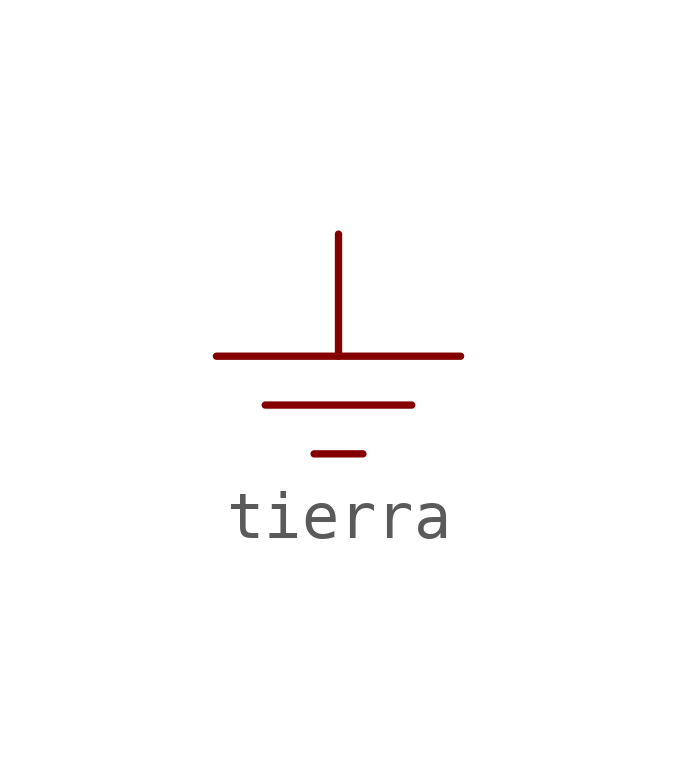
<source format=kicad_sym>
(kicad_symbol_lib
  (version 20220914)
  (generator kicad_symbol_editor)
  (symbol "tierra"
    (pin_names
      (offset 1.016))
    (property "Reference" "V7"
      (at 0.635 -0.635 0)
      (effects (font (size 2.54 2.54)) (justify left) hide))
    (symbol "tierra_0_1"
      (polyline (pts (xy -2.54 -2.54) (xy 2.54 -2.54)) (stroke (width 0) (type default)) (fill (type none)))
      (polyline (pts (xy -1.524 -3.556) (xy 1.524 -3.556)) (stroke (width 0) (type default)) (fill (type none)))
      (polyline (pts (xy 0.508 -4.572) (xy -0.508 -4.572)) (stroke (width 0) (type default)) (fill (type none))))
    (symbol "tierra_1_1"
      (pin input line (at 0 0 270) (length 2.54) (name "" (effects (font (size 1.27 1.27)))) (number "" (effects (font (size 1.143 1.143))))))))
</source>
